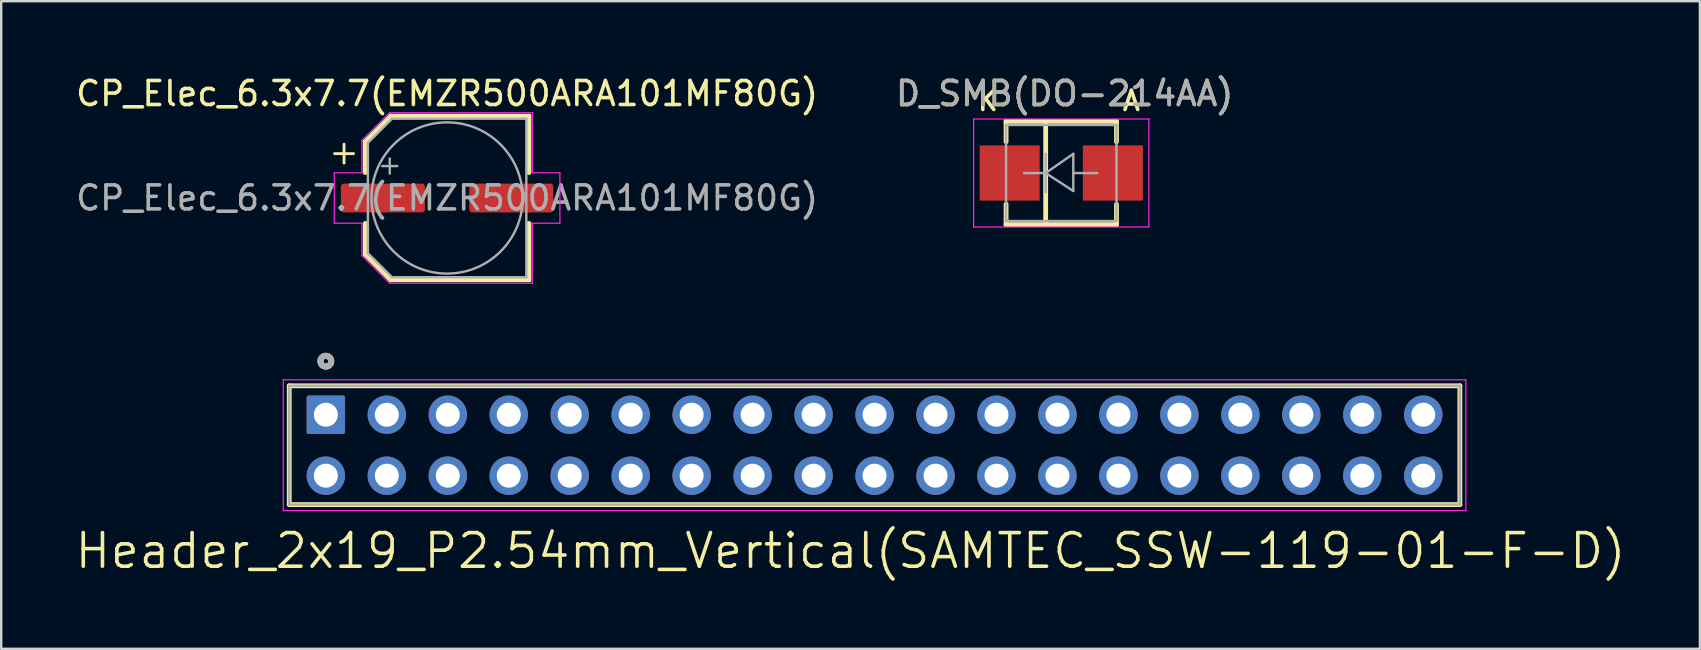
<source format=kicad_pcb>
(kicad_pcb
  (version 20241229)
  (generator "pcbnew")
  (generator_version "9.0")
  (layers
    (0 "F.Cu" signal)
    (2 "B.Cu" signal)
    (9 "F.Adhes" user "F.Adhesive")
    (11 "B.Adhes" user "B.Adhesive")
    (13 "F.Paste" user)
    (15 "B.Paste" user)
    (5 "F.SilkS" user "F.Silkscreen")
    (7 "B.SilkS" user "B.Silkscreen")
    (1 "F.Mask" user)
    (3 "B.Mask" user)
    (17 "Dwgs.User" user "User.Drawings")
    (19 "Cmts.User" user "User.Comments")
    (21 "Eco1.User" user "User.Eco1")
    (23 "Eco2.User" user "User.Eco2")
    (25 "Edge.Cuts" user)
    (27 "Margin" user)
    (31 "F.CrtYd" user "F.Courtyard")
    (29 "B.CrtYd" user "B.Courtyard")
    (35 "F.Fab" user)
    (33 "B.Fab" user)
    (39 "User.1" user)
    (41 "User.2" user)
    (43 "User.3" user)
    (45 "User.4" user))
  (footprint "CP_Elec_6.3x7.7(EMZR500ARA101MF80G)"
    (layer "F.Cu")
    (at 15.577 5.198)
    (property "Reference" "CP_Elec_6.3x7.7(EMZR500ARA101MF80G)" (at 0 -4.35 0) (layer "F.SilkS") (effects (font (size 1 1) (thickness 0.15))))
    (attr smd)
    (fp_line (start -4.688 -1.847) (end -3.9 -1.847) (stroke (width 0.12) (type solid)) (layer "F.SilkS"))
    (fp_line (start -4.294 -2.241) (end -4.294 -1.454) (stroke (width 0.12) (type solid)) (layer "F.SilkS"))
    (fp_line (start -3.41 -2.346) (end -3.41 -1.06) (stroke (width 0.2) (type solid)) (layer "F.SilkS"))
    (fp_line (start -3.41 -2.346) (end -2.346 -3.41) (stroke (width 0.2) (type solid)) (layer "F.SilkS"))
    (fp_line (start -3.41 2.346) (end -3.41 1.06) (stroke (width 0.2) (type solid)) (layer "F.SilkS"))
    (fp_line (start -3.41 2.346) (end -2.346 3.41) (stroke (width 0.2) (type solid)) (layer "F.SilkS"))
    (fp_line (start -2.346 -3.41) (end 3.41 -3.41) (stroke (width 0.2) (type solid)) (layer "F.SilkS"))
    (fp_line (start -2.346 3.41) (end 3.41 3.41) (stroke (width 0.2) (type solid)) (layer "F.SilkS"))
    (fp_line (start 3.41 -3.41) (end 3.41 -1.06) (stroke (width 0.2) (type solid)) (layer "F.SilkS"))
    (fp_line (start 3.41 3.41) (end 3.41 1.06) (stroke (width 0.2) (type solid)) (layer "F.SilkS"))
    (fp_line (start -4.7 -1.05) (end -4.7 1.05) (stroke (width 0.05) (type solid)) (layer "F.CrtYd"))
    (fp_line (start -4.7 1.05) (end -3.55 1.05) (stroke (width 0.05) (type solid)) (layer "F.CrtYd"))
    (fp_line (start -3.55 -2.4) (end -3.55 -1.05) (stroke (width 0.05) (type solid)) (layer "F.CrtYd"))
    (fp_line (start -3.55 -2.4) (end -2.4 -3.55) (stroke (width 0.05) (type solid)) (layer "F.CrtYd"))
    (fp_line (start -3.55 -1.05) (end -4.7 -1.05) (stroke (width 0.05) (type solid)) (layer "F.CrtYd"))
    (fp_line (start -3.55 1.05) (end -3.55 2.4) (stroke (width 0.05) (type solid)) (layer "F.CrtYd"))
    (fp_line (start -3.55 2.4) (end -2.4 3.55) (stroke (width 0.05) (type solid)) (layer "F.CrtYd"))
    (fp_line (start -2.4 -3.55) (end 3.55 -3.55) (stroke (width 0.05) (type solid)) (layer "F.CrtYd"))
    (fp_line (start -2.4 3.55) (end 3.55 3.55) (stroke (width 0.05) (type solid)) (layer "F.CrtYd"))
    (fp_line (start 3.55 -3.55) (end 3.55 -1.05) (stroke (width 0.05) (type solid)) (layer "F.CrtYd"))
    (fp_line (start 3.55 -1.05) (end 4.7 -1.05) (stroke (width 0.05) (type solid)) (layer "F.CrtYd"))
    (fp_line (start 3.55 1.05) (end 3.55 3.55) (stroke (width 0.05) (type solid)) (layer "F.CrtYd"))
    (fp_line (start 4.7 -1.05) (end 4.7 1.05) (stroke (width 0.05) (type solid)) (layer "F.CrtYd"))
    (fp_line (start 4.7 1.05) (end 3.55 1.05) (stroke (width 0.05) (type solid)) (layer "F.CrtYd"))
    (fp_line (start -3.3 -2.3) (end -3.3 2.3) (stroke (width 0.1) (type solid)) (layer "F.Fab"))
    (fp_line (start -3.3 -2.3) (end -2.3 -3.3) (stroke (width 0.1) (type solid)) (layer "F.Fab"))
    (fp_line (start -3.3 2.3) (end -2.3 3.3) (stroke (width 0.1) (type solid)) (layer "F.Fab"))
    (fp_line (start -2.705 -1.33) (end -2.075 -1.33) (stroke (width 0.1) (type solid)) (layer "F.Fab"))
    (fp_line (start -2.39 -1.645) (end -2.39 -1.015) (stroke (width 0.1) (type solid)) (layer "F.Fab"))
    (fp_line (start -2.3 -3.3) (end 3.3 -3.3) (stroke (width 0.1) (type solid)) (layer "F.Fab"))
    (fp_line (start -2.3 3.3) (end 3.3 3.3) (stroke (width 0.1) (type solid)) (layer "F.Fab"))
    (fp_line (start 3.3 -3.3) (end 3.3 3.3) (stroke (width 0.1) (type solid)) (layer "F.Fab"))
    (fp_circle (center 0 0) (end 3.15 0) (stroke (width 0.1) (type solid)) (fill no) (layer "F.Fab"))
    (fp_text user "${REFERENCE}" (at 0 0 0) (layer "F.Fab") (effects (font (size 1 1) (thickness 0.15))))
    (pad "1" smd roundrect (at -2.675 0) (size 3.5 1.2) (layers "F.Cu" "F.Mask" "F.Paste") (roundrect_rratio 0.1))
    (pad "2" smd roundrect (at 2.675 0) (size 3.5 1.2) (layers "F.Cu" "F.Mask" "F.Paste") (roundrect_rratio 0.1)))
  (footprint "D_SMB(DO-214AA)"
    (layer "F.Cu")
    (at 41.164 4.158)
    (property "Reference" "D_SMB(DO-214AA)" (at 0.14 -3.31 0) (layer "F.SilkS") (effects (font (size 1 1) (thickness 0.15))))
    (attr smd)
    (fp_line (start -2.3 -2.15) (end -2.3 -1.3) (stroke (width 0.2) (type solid)) (layer "F.SilkS"))
    (fp_line (start -2.3 -2.15) (end 2.3 -2.15) (stroke (width 0.2) (type solid)) (layer "F.SilkS"))
    (fp_line (start -2.3 2.15) (end -2.3 1.3) (stroke (width 0.2) (type solid)) (layer "F.SilkS"))
    (fp_line (start -2.3 2.15) (end 2.3 2.15) (stroke (width 0.2) (type solid)) (layer "F.SilkS"))
    (fp_line (start -0.65 2.15) (end -0.65 -2.15) (stroke (width 0.2) (type solid)) (layer "F.SilkS"))
    (fp_line (start 2.3 -2.15) (end 2.3 -1.3) (stroke (width 0.2) (type solid)) (layer "F.SilkS"))
    (fp_line (start 2.3 2.15) (end 2.3 1.3) (stroke (width 0.2) (type solid)) (layer "F.SilkS"))
    (fp_line (start -3.65 -2.25) (end 3.65 -2.25) (stroke (width 0.05) (type solid)) (layer "F.CrtYd"))
    (fp_line (start -3.65 2.25) (end -3.65 -2.25) (stroke (width 0.05) (type solid)) (layer "F.CrtYd"))
    (fp_line (start 3.65 -2.25) (end 3.65 2.25) (stroke (width 0.05) (type solid)) (layer "F.CrtYd"))
    (fp_line (start 3.65 2.25) (end -3.65 2.25) (stroke (width 0.05) (type solid)) (layer "F.CrtYd"))
    (fp_line (start -2.3 2) (end -2.3 -2) (stroke (width 0.1) (type solid)) (layer "F.Fab"))
    (fp_line (start -0.649 -0.799) (end -0.649 0.801) (stroke (width 0.1) (type solid)) (layer "F.Fab"))
    (fp_line (start -0.649 0.001) (end -1.551 0.001) (stroke (width 0.1) (type solid)) (layer "F.Fab"))
    (fp_line (start -0.649 0.001) (end 0.501 -0.799) (stroke (width 0.1) (type solid)) (layer "F.Fab"))
    (fp_line (start -0.649 0.001) (end 0.501 0.75) (stroke (width 0.1) (type solid)) (layer "F.Fab"))
    (fp_line (start 0.501 0.001) (end 1.499 0.001) (stroke (width 0.1) (type solid)) (layer "F.Fab"))
    (fp_line (start 0.501 0.75) (end 0.501 -0.799) (stroke (width 0.1) (type solid)) (layer "F.Fab"))
    (fp_line (start 2.3 -2) (end -2.3 -2) (stroke (width 0.1) (type solid)) (layer "F.Fab"))
    (fp_line (start 2.3 -2) (end 2.3 2) (stroke (width 0.1) (type solid)) (layer "F.Fab"))
    (fp_line (start 2.3 2) (end -2.3 2) (stroke (width 0.1) (type solid)) (layer "F.Fab"))
    (fp_text user "K" (at -3.06 -3.01 0) (unlocked yes) (layer "F.SilkS") (effects (font (size 0.8 0.8) (thickness 0.15))))
    (fp_text user "A" (at 2.92 -3.01 0) (unlocked yes) (layer "F.SilkS") (effects (font (size 0.8 0.8) (thickness 0.15))))
    (fp_text user "${REFERENCE}" (at 0.14 -3.31 0) (layer "F.Fab") (effects (font (size 1 1) (thickness 0.15))))
    (pad "1" smd rect (at -2.15 0) (size 2.5 2.3) (layers "F.Cu" "F.Mask" "F.Paste"))
    (pad "2" smd rect (at 2.15 0) (size 2.5 2.3) (layers "F.Cu" "F.Mask" "F.Paste")))
  (footprint "Header_2x19_P2.54mm_Vertical(SAMTEC_SSW-119-01-F-D)"
    (layer "F.Cu")
    (at 33.385 15.498)
    (property "Reference" "Header_2x19_P2.54mm_Vertical(SAMTEC_SSW-119-01-F-D)" (at -1 4.4 180) (layer "F.SilkS") (effects (font (size 1.4 1.4) (thickness 0.15))))
    (attr through_hole)
    (fp_line (start -24.385 -2.475) (end -24.385 2.475) (stroke (width 0.2) (type solid)) (layer "F.SilkS"))
    (fp_line (start -24.385 2.475) (end 24.385 2.475) (stroke (width 0.2) (type solid)) (layer "F.SilkS"))
    (fp_line (start 24.385 -2.475) (end -24.385 -2.475) (stroke (width 0.2) (type solid)) (layer "F.SilkS"))
    (fp_line (start 24.385 2.475) (end 24.385 -2.475) (stroke (width 0.2) (type solid)) (layer "F.SilkS"))
    (fp_circle (center -22.86 -3.5) (end -22.76 -3.5) (stroke (width 0.25) (type solid)) (fill no) (layer "F.SilkS"))
    (fp_line (start -24.635 -2.725) (end -24.635 2.725) (stroke (width 0.05) (type solid)) (layer "F.CrtYd"))
    (fp_line (start -24.635 2.725) (end 24.635 2.725) (stroke (width 0.05) (type solid)) (layer "F.CrtYd"))
    (fp_line (start 24.635 -2.725) (end -24.635 -2.725) (stroke (width 0.05) (type solid)) (layer "F.CrtYd"))
    (fp_line (start 24.635 2.725) (end 24.635 -2.725) (stroke (width 0.05) (type solid)) (layer "F.CrtYd"))
    (fp_line (start -24.385 -2.475) (end -24.385 2.475) (stroke (width 0.1) (type solid)) (layer "F.Fab"))
    (fp_line (start -24.385 2.475) (end 24.385 2.475) (stroke (width 0.1) (type solid)) (layer "F.Fab"))
    (fp_line (start 24.385 -2.475) (end -24.385 -2.475) (stroke (width 0.1) (type solid)) (layer "F.Fab"))
    (fp_line (start 24.385 2.475) (end 24.385 -2.475) (stroke (width 0.1) (type solid)) (layer "F.Fab"))
    (fp_circle (center -22.86 -3.5) (end -22.76 -3.5) (stroke (width 0.25) (type solid)) (fill no) (layer "F.Fab"))
    (pad "1" thru_hole roundrect (at -22.86 -1.27 180) (size 1.6 1.6) (drill 1) (layers "*.Cu" "B.Mask") (roundrect_rratio 0.05))
    (pad "2" thru_hole circle (at -22.86 1.27) (size 1.6 1.6) (drill 1) (layers "*.Cu" "B.Mask"))
    (pad "3" thru_hole circle (at -20.32 -1.27 180) (size 1.6 1.6) (drill 1) (layers "*.Cu" "B.Mask"))
    (pad "4" thru_hole circle (at -20.32 1.27 180) (size 1.6 1.6) (drill 1) (layers "*.Cu" "B.Mask"))
    (pad "5" thru_hole circle (at -17.78 -1.27 180) (size 1.6 1.6) (drill 1) (layers "*.Cu" "B.Mask"))
    (pad "6" thru_hole circle (at -17.78 1.27 180) (size 1.6 1.6) (drill 1) (layers "*.Cu" "B.Mask"))
    (pad "7" thru_hole circle (at -15.24 -1.27 180) (size 1.6 1.6) (drill 1) (layers "*.Cu" "B.Mask"))
    (pad "8" thru_hole circle (at -15.24 1.27 180) (size 1.6 1.6) (drill 1) (layers "*.Cu" "B.Mask"))
    (pad "9" thru_hole circle (at -12.7 -1.27 180) (size 1.6 1.6) (drill 1) (layers "*.Cu" "B.Mask"))
    (pad "10" thru_hole circle (at -12.7 1.27 180) (size 1.6 1.6) (drill 1) (layers "*.Cu" "B.Mask"))
    (pad "11" thru_hole circle (at -10.16 -1.27 180) (size 1.6 1.6) (drill 1) (layers "*.Cu" "B.Mask"))
    (pad "12" thru_hole circle (at -10.16 1.27 180) (size 1.6 1.6) (drill 1) (layers "*.Cu" "B.Mask"))
    (pad "13" thru_hole circle (at -7.62 -1.27 180) (size 1.6 1.6) (drill 1) (layers "*.Cu" "B.Mask"))
    (pad "14" thru_hole circle (at -7.62 1.27 180) (size 1.6 1.6) (drill 1) (layers "*.Cu" "B.Mask"))
    (pad "15" thru_hole circle (at -5.08 -1.27 180) (size 1.6 1.6) (drill 1) (layers "*.Cu" "B.Mask"))
    (pad "16" thru_hole circle (at -5.08 1.27 180) (size 1.6 1.6) (drill 1) (layers "*.Cu" "B.Mask"))
    (pad "17" thru_hole circle (at -2.54 -1.27 180) (size 1.6 1.6) (drill 1) (layers "*.Cu" "B.Mask"))
    (pad "18" thru_hole circle (at -2.54 1.27 180) (size 1.6 1.6) (drill 1) (layers "*.Cu" "B.Mask"))
    (pad "19" thru_hole circle (at 0 -1.27 180) (size 1.6 1.6) (drill 1) (layers "*.Cu" "B.Mask"))
    (pad "20" thru_hole circle (at 0 1.27 180) (size 1.6 1.6) (drill 1) (layers "*.Cu" "B.Mask"))
    (pad "21" thru_hole circle (at 2.54 -1.27 180) (size 1.6 1.6) (drill 1) (layers "*.Cu" "B.Mask"))
    (pad "22" thru_hole circle (at 2.54 1.27 180) (size 1.6 1.6) (drill 1) (layers "*.Cu" "B.Mask"))
    (pad "23" thru_hole circle (at 5.08 -1.27 180) (size 1.6 1.6) (drill 1) (layers "*.Cu" "B.Mask"))
    (pad "24" thru_hole circle (at 5.08 1.27 180) (size 1.6 1.6) (drill 1) (layers "*.Cu" "B.Mask"))
    (pad "25" thru_hole circle (at 7.62 -1.27 180) (size 1.6 1.6) (drill 1) (layers "*.Cu" "B.Mask"))
    (pad "26" thru_hole circle (at 7.62 1.27 180) (size 1.6 1.6) (drill 1) (layers "*.Cu" "B.Mask"))
    (pad "27" thru_hole circle (at 10.16 -1.27 180) (size 1.6 1.6) (drill 1) (layers "*.Cu" "B.Mask"))
    (pad "28" thru_hole circle (at 10.16 1.27 180) (size 1.6 1.6) (drill 1) (layers "*.Cu" "B.Mask"))
    (pad "29" thru_hole circle (at 12.7 -1.27 180) (size 1.6 1.6) (drill 1) (layers "*.Cu" "B.Mask"))
    (pad "30" thru_hole circle (at 12.7 1.27 180) (size 1.6 1.6) (drill 1) (layers "*.Cu" "B.Mask"))
    (pad "31" thru_hole circle (at 15.24 -1.27 180) (size 1.6 1.6) (drill 1) (layers "*.Cu" "B.Mask"))
    (pad "32" thru_hole circle (at 15.24 1.27 180) (size 1.6 1.6) (drill 1) (layers "*.Cu" "B.Mask"))
    (pad "33" thru_hole circle (at 17.78 -1.27 180) (size 1.6 1.6) (drill 1) (layers "*.Cu" "B.Mask"))
    (pad "34" thru_hole circle (at 17.78 1.27 180) (size 1.6 1.6) (drill 1) (layers "*.Cu" "B.Mask"))
    (pad "35" thru_hole circle (at 20.32 -1.27 180) (size 1.6 1.6) (drill 1) (layers "*.Cu" "B.Mask"))
    (pad "36" thru_hole circle (at 20.32 1.27 180) (size 1.6 1.6) (drill 1) (layers "*.Cu" "B.Mask"))
    (pad "37" thru_hole circle (at 22.86 -1.27 180) (size 1.6 1.6) (drill 1) (layers "*.Cu" "B.Mask"))
    (pad "38" thru_hole circle (at 22.86 1.27 180) (size 1.6 1.6) (drill 1) (layers "*.Cu" "B.Mask")))
  (gr_rect
    (start -3 -3)
    (end 67.77 23.98)
    (stroke (width 0.1) (type default))
    (fill no)
    (layer "Edge.Cuts")))
</source>
